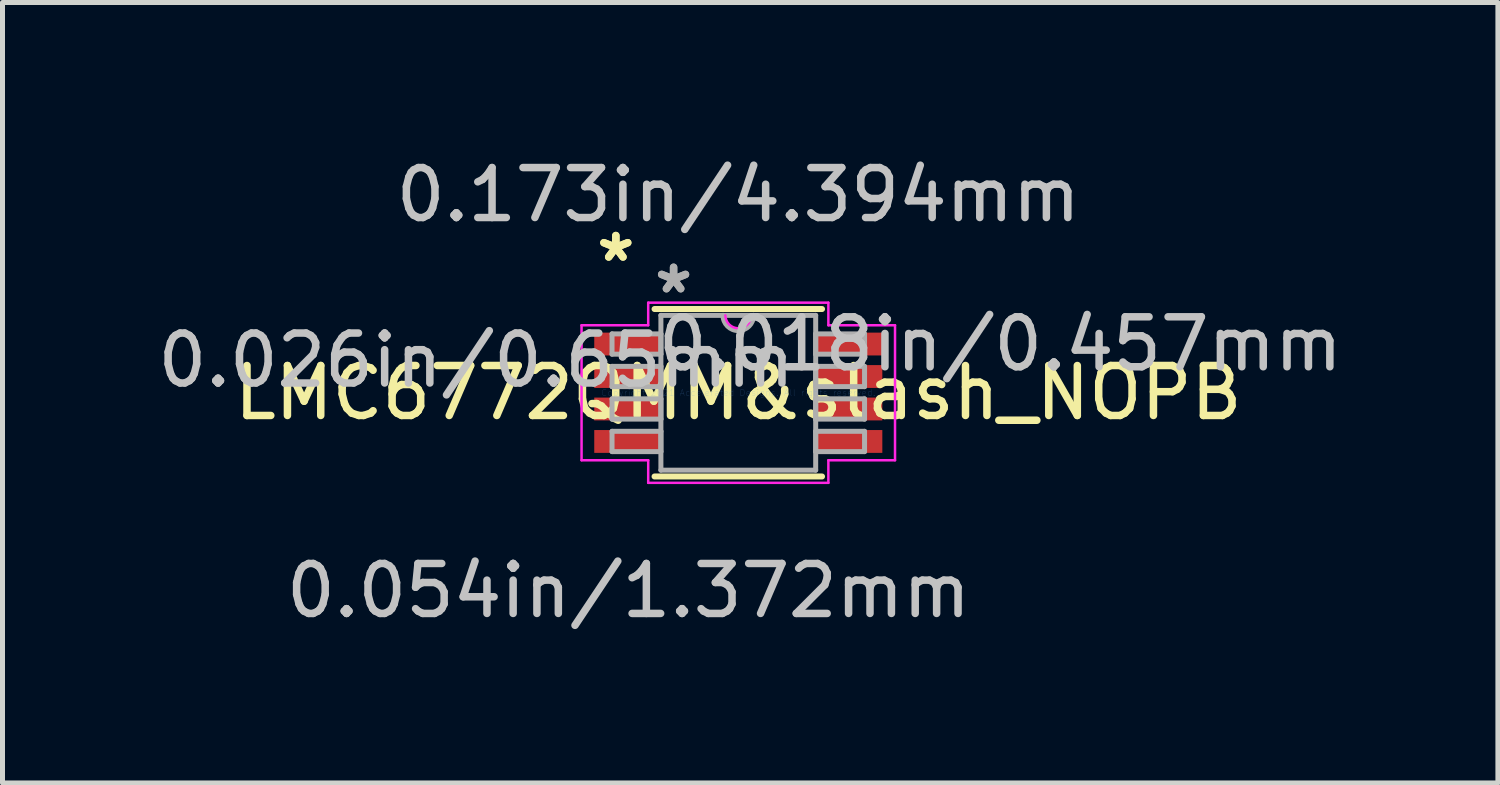
<source format=kicad_pcb>
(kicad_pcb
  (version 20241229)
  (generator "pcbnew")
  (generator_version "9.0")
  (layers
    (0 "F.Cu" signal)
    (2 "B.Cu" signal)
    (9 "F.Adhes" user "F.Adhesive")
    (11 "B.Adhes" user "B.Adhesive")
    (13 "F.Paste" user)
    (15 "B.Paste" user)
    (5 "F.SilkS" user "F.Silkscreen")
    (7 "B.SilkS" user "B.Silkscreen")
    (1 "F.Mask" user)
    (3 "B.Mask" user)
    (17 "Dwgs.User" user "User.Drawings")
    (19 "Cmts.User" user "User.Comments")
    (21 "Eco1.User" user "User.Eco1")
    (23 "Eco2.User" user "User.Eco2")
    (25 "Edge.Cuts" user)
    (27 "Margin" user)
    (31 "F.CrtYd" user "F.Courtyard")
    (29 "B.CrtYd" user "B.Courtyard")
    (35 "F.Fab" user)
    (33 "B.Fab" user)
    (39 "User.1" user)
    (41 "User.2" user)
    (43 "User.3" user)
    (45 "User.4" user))
  (footprint "LMC6772QMM&slash_NOPB"
    (layer "F.Cu")
    (at 11.727 4.811)
    (property "Reference" "LMC6772QMM&slash_NOPB" (at 0 0 0) (layer "F.SilkS") (effects (font (size 1 1) (thickness 0.15))))
    (attr through_hole)
    (fp_line (start -1.676 1.676) (end 1.676 1.676) (stroke (width 0.12) (type solid)) (layer "F.SilkS"))
    (fp_line (start 1.676 -1.676) (end -1.676 -1.676) (stroke (width 0.12) (type solid)) (layer "F.SilkS"))
    (fp_line (start -3.137 -1.351) (end -1.803 -1.351) (stroke (width 0.05) (type solid)) (layer "F.CrtYd"))
    (fp_line (start -3.137 1.351) (end -3.137 -1.351) (stroke (width 0.05) (type solid)) (layer "F.CrtYd"))
    (fp_line (start -1.803 -1.803) (end 1.803 -1.803) (stroke (width 0.05) (type solid)) (layer "F.CrtYd"))
    (fp_line (start -1.803 -1.351) (end -1.803 -1.803) (stroke (width 0.05) (type solid)) (layer "F.CrtYd"))
    (fp_line (start -1.803 1.351) (end -3.137 1.351) (stroke (width 0.05) (type solid)) (layer "F.CrtYd"))
    (fp_line (start -1.803 1.803) (end -1.803 1.351) (stroke (width 0.05) (type solid)) (layer "F.CrtYd"))
    (fp_line (start 1.803 -1.803) (end 1.803 -1.351) (stroke (width 0.05) (type solid)) (layer "F.CrtYd"))
    (fp_line (start 1.803 -1.351) (end 3.137 -1.351) (stroke (width 0.05) (type solid)) (layer "F.CrtYd"))
    (fp_line (start 1.803 1.351) (end 1.803 1.803) (stroke (width 0.05) (type solid)) (layer "F.CrtYd"))
    (fp_line (start 1.803 1.803) (end -1.803 1.803) (stroke (width 0.05) (type solid)) (layer "F.CrtYd"))
    (fp_line (start 3.137 -1.351) (end 3.137 1.351) (stroke (width 0.05) (type solid)) (layer "F.CrtYd"))
    (fp_line (start 3.137 1.351) (end 1.803 1.351) (stroke (width 0.05) (type solid)) (layer "F.CrtYd"))
    (fp_arc (start 0.258233 -1.5494) (mid 0 -1.291167) (end -0.258233 -1.5494) (stroke (width 0.05) (type solid)) (layer "F.CrtYd"))
    (fp_line (start -2.527 -1.178) (end -2.527 -0.772) (stroke (width 0.1) (type solid)) (layer "F.Fab"))
    (fp_line (start -2.527 -0.772) (end -1.549 -0.772) (stroke (width 0.1) (type solid)) (layer "F.Fab"))
    (fp_line (start -2.527 -0.528) (end -2.527 -0.122) (stroke (width 0.1) (type solid)) (layer "F.Fab"))
    (fp_line (start -2.527 -0.122) (end -1.549 -0.122) (stroke (width 0.1) (type solid)) (layer "F.Fab"))
    (fp_line (start -2.527 0.122) (end -2.527 0.528) (stroke (width 0.1) (type solid)) (layer "F.Fab"))
    (fp_line (start -2.527 0.528) (end -1.549 0.528) (stroke (width 0.1) (type solid)) (layer "F.Fab"))
    (fp_line (start -2.527 0.772) (end -2.527 1.178) (stroke (width 0.1) (type solid)) (layer "F.Fab"))
    (fp_line (start -2.527 1.178) (end -1.549 1.178) (stroke (width 0.1) (type solid)) (layer "F.Fab"))
    (fp_line (start -1.549 -1.549) (end -1.549 1.549) (stroke (width 0.1) (type solid)) (layer "F.Fab"))
    (fp_line (start -1.549 -1.178) (end -2.527 -1.178) (stroke (width 0.1) (type solid)) (layer "F.Fab"))
    (fp_line (start -1.549 -0.772) (end -1.549 -1.178) (stroke (width 0.1) (type solid)) (layer "F.Fab"))
    (fp_line (start -1.549 -0.528) (end -2.527 -0.528) (stroke (width 0.1) (type solid)) (layer "F.Fab"))
    (fp_line (start -1.549 -0.122) (end -1.549 -0.528) (stroke (width 0.1) (type solid)) (layer "F.Fab"))
    (fp_line (start -1.549 0.122) (end -2.527 0.122) (stroke (width 0.1) (type solid)) (layer "F.Fab"))
    (fp_line (start -1.549 0.528) (end -1.549 0.122) (stroke (width 0.1) (type solid)) (layer "F.Fab"))
    (fp_line (start -1.549 0.772) (end -2.527 0.772) (stroke (width 0.1) (type solid)) (layer "F.Fab"))
    (fp_line (start -1.549 1.178) (end -1.549 0.772) (stroke (width 0.1) (type solid)) (layer "F.Fab"))
    (fp_line (start -1.549 1.549) (end 1.549 1.549) (stroke (width 0.1) (type solid)) (layer "F.Fab"))
    (fp_line (start 1.549 -1.549) (end -1.549 -1.549) (stroke (width 0.1) (type solid)) (layer "F.Fab"))
    (fp_line (start 1.549 -1.178) (end 1.549 -0.772) (stroke (width 0.1) (type solid)) (layer "F.Fab"))
    (fp_line (start 1.549 -0.772) (end 2.527 -0.772) (stroke (width 0.1) (type solid)) (layer "F.Fab"))
    (fp_line (start 1.549 -0.528) (end 1.549 -0.122) (stroke (width 0.1) (type solid)) (layer "F.Fab"))
    (fp_line (start 1.549 -0.122) (end 2.527 -0.122) (stroke (width 0.1) (type solid)) (layer "F.Fab"))
    (fp_line (start 1.549 0.122) (end 1.549 0.528) (stroke (width 0.1) (type solid)) (layer "F.Fab"))
    (fp_line (start 1.549 0.528) (end 2.527 0.528) (stroke (width 0.1) (type solid)) (layer "F.Fab"))
    (fp_line (start 1.549 0.772) (end 1.549 1.178) (stroke (width 0.1) (type solid)) (layer "F.Fab"))
    (fp_line (start 1.549 1.178) (end 2.527 1.178) (stroke (width 0.1) (type solid)) (layer "F.Fab"))
    (fp_line (start 1.549 1.549) (end 1.549 -1.549) (stroke (width 0.1) (type solid)) (layer "F.Fab"))
    (fp_line (start 2.527 -1.178) (end 1.549 -1.178) (stroke (width 0.1) (type solid)) (layer "F.Fab"))
    (fp_line (start 2.527 -0.772) (end 2.527 -1.178) (stroke (width 0.1) (type solid)) (layer "F.Fab"))
    (fp_line (start 2.527 -0.528) (end 1.549 -0.528) (stroke (width 0.1) (type solid)) (layer "F.Fab"))
    (fp_line (start 2.527 -0.122) (end 2.527 -0.528) (stroke (width 0.1) (type solid)) (layer "F.Fab"))
    (fp_line (start 2.527 0.122) (end 1.549 0.122) (stroke (width 0.1) (type solid)) (layer "F.Fab"))
    (fp_line (start 2.527 0.528) (end 2.527 0.122) (stroke (width 0.1) (type solid)) (layer "F.Fab"))
    (fp_line (start 2.527 0.772) (end 1.549 0.772) (stroke (width 0.1) (type solid)) (layer "F.Fab"))
    (fp_line (start 2.527 1.178) (end 2.527 0.772) (stroke (width 0.1) (type solid)) (layer "F.Fab"))
    (fp_arc (start 0.3048 -1.5494) (mid 0 -1.2446) (end -0.3048 -1.5494) (stroke (width 0.1) (type solid)) (layer "F.Fab"))
    (fp_text user "*" (at -2.451 -2.601 0) (layer "F.SilkS") (effects (font (size 1 1) (thickness 0.15))))
    (fp_text user "*" (at -2.451 -2.601 0) (layer "F.SilkS") (effects (font (size 1 1) (thickness 0.15))))
    (fp_text user "0.173in/4.394mm" (at 0 -3.962 0) (layer "Dwgs.User") (effects (font (size 1 1) (thickness 0.15))))
    (fp_text user "0.018in/0.457mm" (at 5.245 -0.975 0) (layer "Dwgs.User") (effects (font (size 1 1) (thickness 0.15))))
    (fp_text user "0.026in/0.65mm" (at -5.245 -0.65 0) (layer "Dwgs.User") (effects (font (size 1 1) (thickness 0.15))))
    (fp_text user "0.054in/1.372mm" (at -2.197 3.962 0) (layer "Dwgs.User") (effects (font (size 1 1) (thickness 0.15))))
    (fp_text user "Copyright 2021 Accelerated Designs. All rights reserved." (at 0 0 0) (layer "Cmts.User") (effects (font (size 0.127 0.127) (thickness 0.002))))
    (fp_text user "*" (at -1.295 -1.966 0) (layer "F.Fab") (effects (font (size 1 1) (thickness 0.15))))
    (fp_text user "*" (at -1.295 -1.966 0) (layer "F.Fab") (effects (font (size 1 1) (thickness 0.15))))
    (pad "1" smd rect (at -2.197 -0.975) (size 1.372 0.457) (layers "F.Cu" "F.Mask" "F.Paste"))
    (pad "2" smd rect (at -2.197 -0.325) (size 1.372 0.457) (layers "F.Cu" "F.Mask" "F.Paste"))
    (pad "3" smd rect (at -2.197 0.325) (size 1.372 0.457) (layers "F.Cu" "F.Mask" "F.Paste"))
    (pad "4" smd rect (at -2.197 0.975) (size 1.372 0.457) (layers "F.Cu" "F.Mask" "F.Paste"))
    (pad "5" smd rect (at 2.197 0.975) (size 1.372 0.457) (layers "F.Cu" "F.Mask" "F.Paste"))
    (pad "6" smd rect (at 2.197 0.325) (size 1.372 0.457) (layers "F.Cu" "F.Mask" "F.Paste"))
    (pad "7" smd rect (at 2.197 -0.325) (size 1.372 0.457) (layers "F.Cu" "F.Mask" "F.Paste"))
    (pad "8" smd rect (at 2.197 -0.975) (size 1.372 0.457) (layers "F.Cu" "F.Mask" "F.Paste")))
  (gr_rect
    (start -3 -3)
    (end 26.931 12.621)
    (stroke (width 0.1) (type default))
    (fill no)
    (layer "Edge.Cuts")))
</source>
